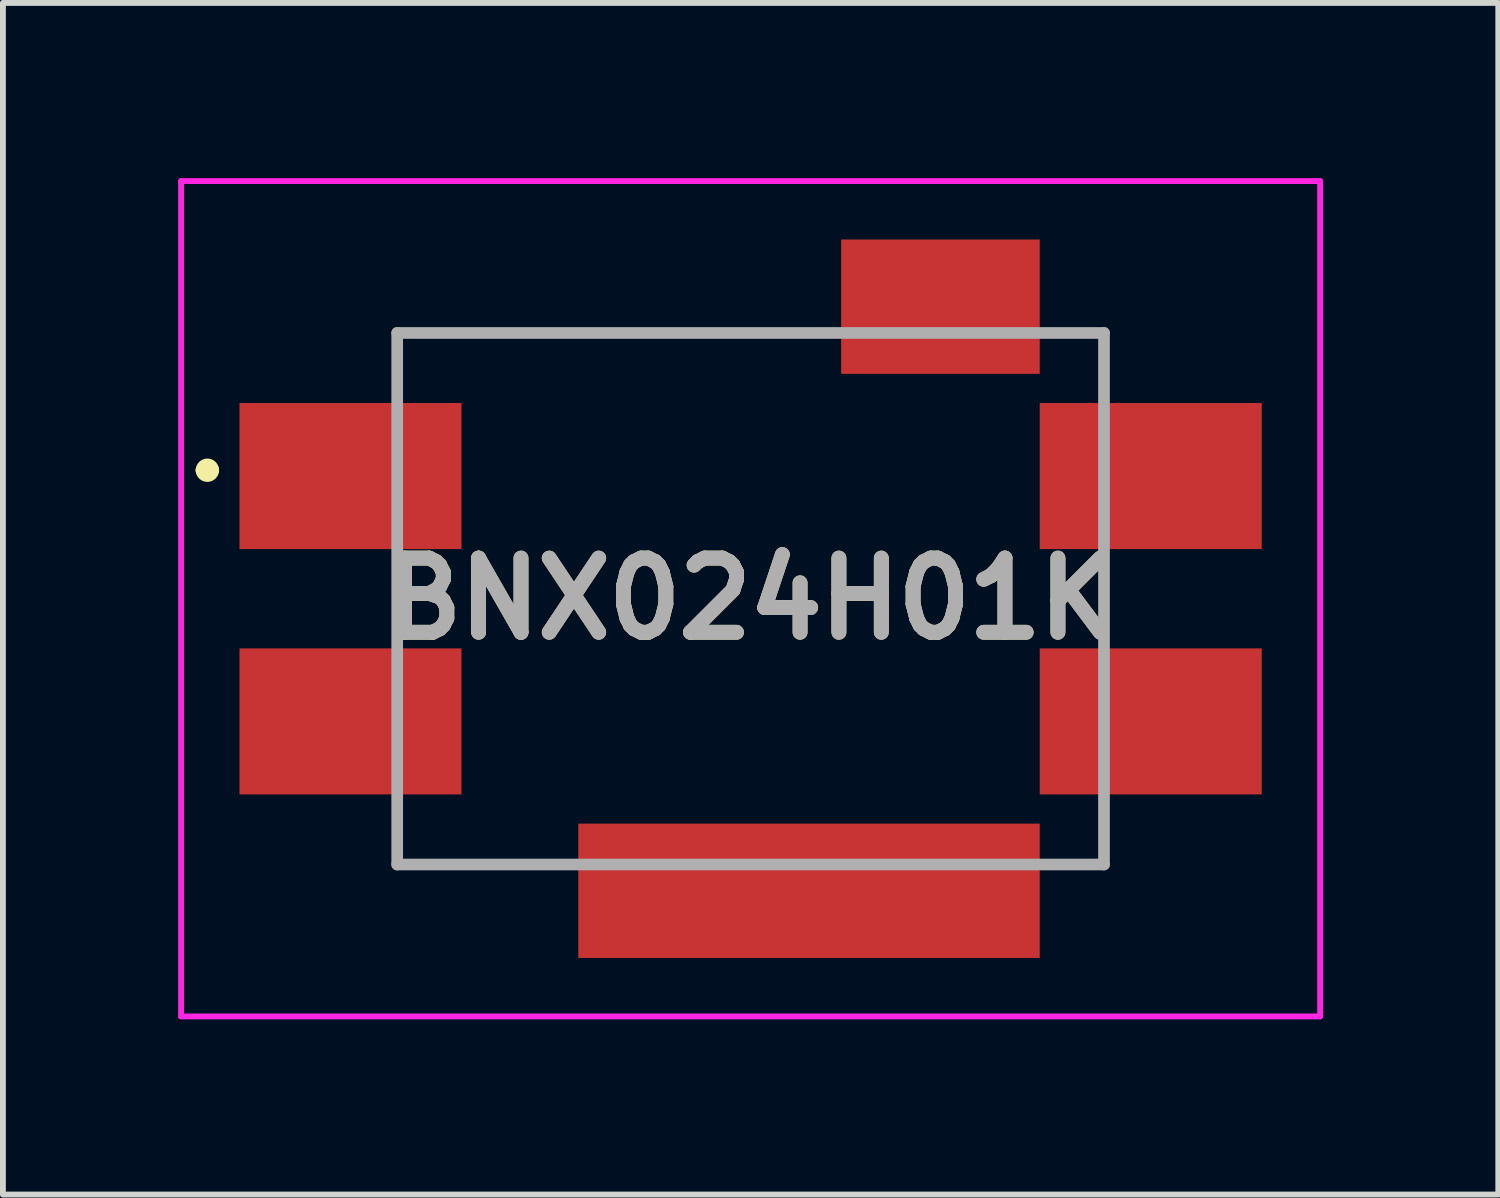
<source format=kicad_pcb>
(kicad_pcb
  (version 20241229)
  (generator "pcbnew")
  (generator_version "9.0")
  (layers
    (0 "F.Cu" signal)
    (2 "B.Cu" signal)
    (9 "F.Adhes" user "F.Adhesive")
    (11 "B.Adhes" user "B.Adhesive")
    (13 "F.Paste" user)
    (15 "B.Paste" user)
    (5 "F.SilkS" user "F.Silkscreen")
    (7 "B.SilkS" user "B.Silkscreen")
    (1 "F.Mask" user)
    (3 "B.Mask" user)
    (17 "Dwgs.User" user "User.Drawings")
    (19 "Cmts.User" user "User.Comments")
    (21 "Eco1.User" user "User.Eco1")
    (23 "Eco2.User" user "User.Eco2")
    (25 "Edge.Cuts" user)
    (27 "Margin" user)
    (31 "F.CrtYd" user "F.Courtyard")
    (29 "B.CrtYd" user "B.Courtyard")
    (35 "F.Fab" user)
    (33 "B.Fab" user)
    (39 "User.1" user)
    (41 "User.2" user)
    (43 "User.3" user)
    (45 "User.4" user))
  (footprint "BNX024H01K"
    (layer "F.Cu")
    (at 9.8 7.2)
    (property "Reference" "BNX024H01K" (at 0 0 0) (layer "F.SilkS") (effects (font (size 1.27 1.27) (thickness 0.254))))
    (attr smd)
    (fp_line (start -9.4 -2.2) (end -9.4 -2.2) (stroke (width 0.2) (type solid)) (layer "F.SilkS"))
    (fp_line (start -9.2 -2.2) (end -9.2 -2.2) (stroke (width 0.2) (type solid)) (layer "F.SilkS"))
    (fp_line (start -6.05 -4.55) (end 1 -4.55) (stroke (width 0.1) (type solid)) (layer "F.SilkS"))
    (fp_line (start -6.05 -4.5) (end -6.05 -4.55) (stroke (width 0.1) (type solid)) (layer "F.SilkS"))
    (fp_line (start -6.05 -4) (end -6.05 -4.5) (stroke (width 0.1) (type solid)) (layer "F.SilkS"))
    (fp_line (start -6.05 4) (end -6.05 4.55) (stroke (width 0.1) (type solid)) (layer "F.SilkS"))
    (fp_line (start -6.05 4.55) (end -4 4.55) (stroke (width 0.1) (type solid)) (layer "F.SilkS"))
    (fp_line (start 5.5 -4.55) (end 6.05 -4.55) (stroke (width 0.1) (type solid)) (layer "F.SilkS"))
    (fp_line (start 5.5 4.55) (end 6.05 4.55) (stroke (width 0.1) (type solid)) (layer "F.SilkS"))
    (fp_line (start 6.05 -4.55) (end 6.05 -4) (stroke (width 0.1) (type solid)) (layer "F.SilkS"))
    (fp_line (start 6.05 4.55) (end 6.05 4) (stroke (width 0.1) (type solid)) (layer "F.SilkS"))
    (fp_arc (start -9.4 -2.2) (mid -9.3 -2.3) (end -9.2 -2.2) (stroke (width 0.2) (type solid)) (layer "F.SilkS"))
    (fp_arc (start -9.2 -2.2) (mid -9.3 -2.1) (end -9.4 -2.2) (stroke (width 0.2) (type solid)) (layer "F.SilkS"))
    (fp_line (start -9.75 -7.15) (end 9.75 -7.15) (stroke (width 0.1) (type solid)) (layer "F.CrtYd"))
    (fp_line (start -9.75 7.15) (end -9.75 -7.15) (stroke (width 0.1) (type solid)) (layer "F.CrtYd"))
    (fp_line (start 9.75 -7.15) (end 9.75 7.15) (stroke (width 0.1) (type solid)) (layer "F.CrtYd"))
    (fp_line (start 9.75 7.15) (end -9.75 7.15) (stroke (width 0.1) (type solid)) (layer "F.CrtYd"))
    (fp_line (start -6.05 -4.55) (end 6.05 -4.55) (stroke (width 0.2) (type solid)) (layer "F.Fab"))
    (fp_line (start -6.05 4.55) (end -6.05 -4.55) (stroke (width 0.2) (type solid)) (layer "F.Fab"))
    (fp_line (start 6.05 -4.55) (end 6.05 4.55) (stroke (width 0.2) (type solid)) (layer "F.Fab"))
    (fp_line (start 6.05 4.55) (end -6.05 4.55) (stroke (width 0.2) (type solid)) (layer "F.Fab"))
    (fp_text user "${REFERENCE}" (at 0 0 0) (layer "F.Fab") (effects (font (size 1.27 1.27) (thickness 0.254))))
    (pad "1" smd rect (at -6.85 -2.1 90) (size 2.5 3.8) (layers "F.Cu" "F.Mask" "F.Paste"))
    (pad "2" smd rect (at 6.85 -2.1 90) (size 2.5 3.8) (layers "F.Cu" "F.Mask" "F.Paste"))
    (pad "3" smd rect (at -6.85 2.1 90) (size 2.5 3.8) (layers "F.Cu" "F.Mask" "F.Paste"))
    (pad "A4" smd rect (at 6.85 2.1 90) (size 2.5 3.8) (layers "F.Cu" "F.Mask" "F.Paste"))
    (pad "B4" smd rect (at 3.25 -5 90) (size 2.3 3.4) (layers "F.Cu" "F.Mask" "F.Paste"))
    (pad "C4" smd rect (at 1 5 90) (size 2.3 7.9) (layers "F.Cu" "F.Mask" "F.Paste")))
  (gr_rect
    (start -3 -3)
    (end 22.6 17.4)
    (stroke (width 0.1) (type default))
    (fill no)
    (layer "Edge.Cuts")))
</source>
